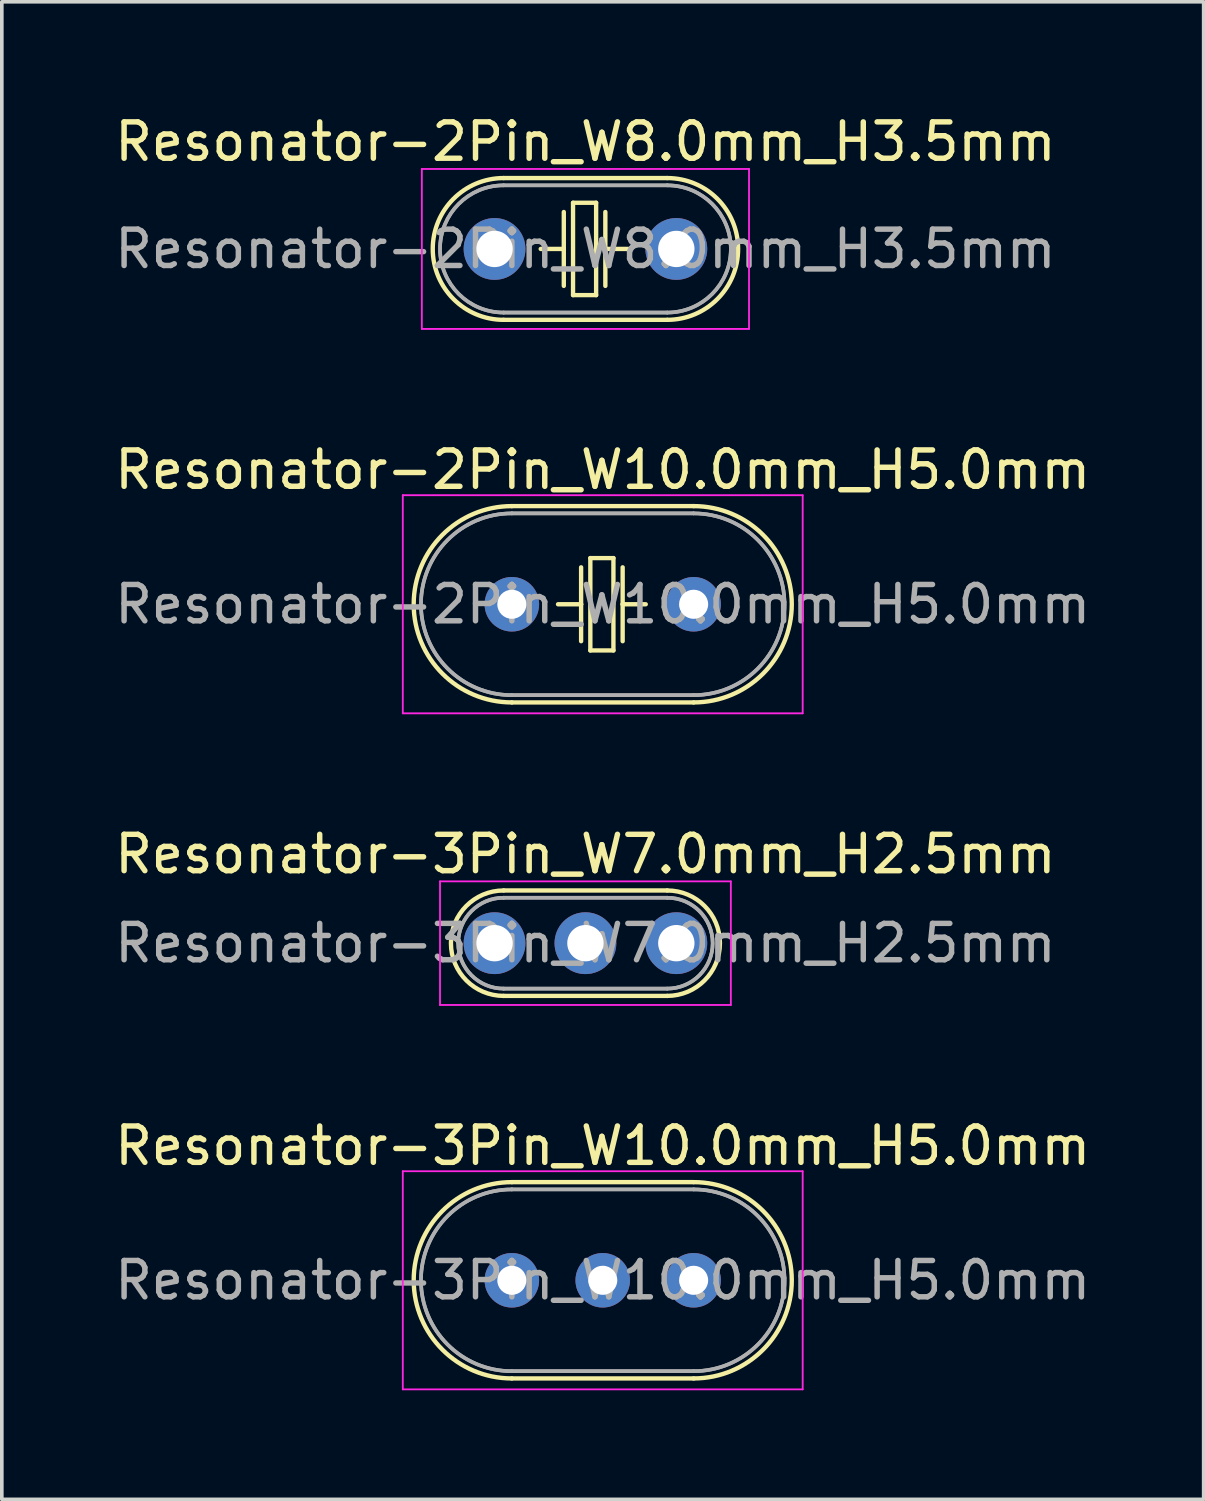
<source format=kicad_pcb>
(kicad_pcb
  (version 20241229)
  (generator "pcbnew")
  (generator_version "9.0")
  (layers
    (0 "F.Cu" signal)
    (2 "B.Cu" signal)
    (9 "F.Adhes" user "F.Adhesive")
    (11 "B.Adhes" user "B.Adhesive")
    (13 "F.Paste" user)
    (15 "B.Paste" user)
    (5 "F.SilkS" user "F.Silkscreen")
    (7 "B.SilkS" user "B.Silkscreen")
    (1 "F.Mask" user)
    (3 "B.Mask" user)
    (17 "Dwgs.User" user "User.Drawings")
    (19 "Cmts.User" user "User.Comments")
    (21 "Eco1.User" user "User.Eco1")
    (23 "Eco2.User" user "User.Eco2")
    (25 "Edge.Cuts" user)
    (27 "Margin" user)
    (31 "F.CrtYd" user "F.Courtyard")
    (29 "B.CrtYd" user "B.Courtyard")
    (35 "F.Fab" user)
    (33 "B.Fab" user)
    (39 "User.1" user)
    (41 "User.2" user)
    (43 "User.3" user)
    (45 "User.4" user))
  (footprint "Resonator-3Pin_W7.0mm_H2.5mm"
    (layer "F.Cu")
    (at 10.554 22.895)
    (property "Reference" "Resonator-3Pin_W7.0mm_H2.5mm" (at 2.5 -2.45 0) (layer "F.SilkS") (effects (font (size 1 1) (thickness 0.15))))
    (attr through_hole)
    (fp_line (start 0.25 -1.45) (end 4.75 -1.45) (stroke (width 0.12) (type solid)) (layer "F.SilkS"))
    (fp_line (start 0.25 1.45) (end 4.75 1.45) (stroke (width 0.12) (type solid)) (layer "F.SilkS"))
    (fp_arc (start 0.25 1.45) (mid -1.2 0) (end 0.25 -1.45) (stroke (width 0.12) (type solid)) (layer "F.SilkS"))
    (fp_arc (start 4.75 -1.45) (mid 6.2 0) (end 4.75 1.45) (stroke (width 0.12) (type solid)) (layer "F.SilkS"))
    (fp_line (start -1.5 -1.7) (end -1.5 1.7) (stroke (width 0.05) (type solid)) (layer "F.CrtYd"))
    (fp_line (start -1.5 1.7) (end 6.5 1.7) (stroke (width 0.05) (type solid)) (layer "F.CrtYd"))
    (fp_line (start 6.5 -1.7) (end -1.5 -1.7) (stroke (width 0.05) (type solid)) (layer "F.CrtYd"))
    (fp_line (start 6.5 1.7) (end 6.5 -1.7) (stroke (width 0.05) (type solid)) (layer "F.CrtYd"))
    (fp_line (start 0.25 -1.25) (end 4.75 -1.25) (stroke (width 0.1) (type solid)) (layer "F.Fab"))
    (fp_line (start 0.25 -1.25) (end 4.75 -1.25) (stroke (width 0.1) (type solid)) (layer "F.Fab"))
    (fp_line (start 0.25 1.25) (end 4.75 1.25) (stroke (width 0.1) (type solid)) (layer "F.Fab"))
    (fp_line (start 0.25 1.25) (end 4.75 1.25) (stroke (width 0.1) (type solid)) (layer "F.Fab"))
    (fp_arc (start 0.25 1.25) (mid -1 0) (end 0.25 -1.25) (stroke (width 0.1) (type solid)) (layer "F.Fab"))
    (fp_arc (start 0.25 1.25) (mid -1 0) (end 0.25 -1.25) (stroke (width 0.1) (type solid)) (layer "F.Fab"))
    (fp_arc (start 4.75 -1.25) (mid 6 0) (end 4.75 1.25) (stroke (width 0.1) (type solid)) (layer "F.Fab"))
    (fp_arc (start 4.75 -1.25) (mid 6 0) (end 4.75 1.25) (stroke (width 0.1) (type solid)) (layer "F.Fab"))
    (fp_text user "${REFERENCE}" (at 2.5 0 0) (layer "F.Fab") (effects (font (size 1 1) (thickness 0.15))))
    (pad "1" thru_hole circle (at 0 0) (size 1.7 1.7) (drill 1) (layers "*.Cu" "*.Mask"))
    (pad "2" thru_hole circle (at 2.5 0) (size 1.7 1.7) (drill 1) (layers "*.Cu" "*.Mask"))
    (pad "3" thru_hole circle (at 5 0) (size 1.7 1.7) (drill 1) (layers "*.Cu" "*.Mask")))
  (footprint "Resonator-2Pin_W8.0mm_H3.5mm"
    (layer "F.Cu")
    (at 10.554 3.798)
    (property "Reference" "Resonator-2Pin_W8.0mm_H3.5mm" (at 2.5 -2.95 0) (layer "F.SilkS") (effects (font (size 1 1) (thickness 0.15))))
    (attr through_hole)
    (fp_line (start 0.25 -1.95) (end 4.75 -1.95) (stroke (width 0.12) (type solid)) (layer "F.SilkS"))
    (fp_line (start 0.25 1.95) (end 4.75 1.95) (stroke (width 0.12) (type solid)) (layer "F.SilkS"))
    (fp_line (start 1.27 0) (end 1.905 0) (stroke (width 0.12) (type solid)) (layer "F.SilkS"))
    (fp_line (start 1.905 0) (end 1.905 -1.016) (stroke (width 0.12) (type solid)) (layer "F.SilkS"))
    (fp_line (start 1.905 0) (end 1.905 1.016) (stroke (width 0.12) (type solid)) (layer "F.SilkS"))
    (fp_line (start 2.159 -1.27) (end 2.159 1.27) (stroke (width 0.12) (type solid)) (layer "F.SilkS"))
    (fp_line (start 2.159 1.27) (end 2.794 1.27) (stroke (width 0.12) (type solid)) (layer "F.SilkS"))
    (fp_line (start 2.794 -1.27) (end 2.159 -1.27) (stroke (width 0.12) (type solid)) (layer "F.SilkS"))
    (fp_line (start 2.794 1.27) (end 2.794 -1.27) (stroke (width 0.12) (type solid)) (layer "F.SilkS"))
    (fp_line (start 3.048 0) (end 3.048 -1.016) (stroke (width 0.12) (type solid)) (layer "F.SilkS"))
    (fp_line (start 3.048 0) (end 3.048 1.016) (stroke (width 0.12) (type solid)) (layer "F.SilkS"))
    (fp_line (start 3.683 0) (end 3.048 0) (stroke (width 0.12) (type solid)) (layer "F.SilkS"))
    (fp_arc (start 0.25 1.95) (mid -1.7 0) (end 0.25 -1.95) (stroke (width 0.12) (type solid)) (layer "F.SilkS"))
    (fp_arc (start 4.75 -1.95) (mid 6.7 0) (end 4.75 1.95) (stroke (width 0.12) (type solid)) (layer "F.SilkS"))
    (fp_line (start -2 -2.2) (end -2 2.2) (stroke (width 0.05) (type solid)) (layer "F.CrtYd"))
    (fp_line (start -2 2.2) (end 7 2.2) (stroke (width 0.05) (type solid)) (layer "F.CrtYd"))
    (fp_line (start 7 -2.2) (end -2 -2.2) (stroke (width 0.05) (type solid)) (layer "F.CrtYd"))
    (fp_line (start 7 2.2) (end 7 -2.2) (stroke (width 0.05) (type solid)) (layer "F.CrtYd"))
    (fp_line (start 0.25 -1.75) (end 4.75 -1.75) (stroke (width 0.1) (type solid)) (layer "F.Fab"))
    (fp_line (start 0.25 -1.75) (end 4.75 -1.75) (stroke (width 0.1) (type solid)) (layer "F.Fab"))
    (fp_line (start 0.25 1.75) (end 4.75 1.75) (stroke (width 0.1) (type solid)) (layer "F.Fab"))
    (fp_line (start 0.25 1.75) (end 4.75 1.75) (stroke (width 0.1) (type solid)) (layer "F.Fab"))
    (fp_arc (start 0.25 1.75) (mid -1.5 0) (end 0.25 -1.75) (stroke (width 0.1) (type solid)) (layer "F.Fab"))
    (fp_arc (start 0.25 1.75) (mid -1.5 0) (end 0.25 -1.75) (stroke (width 0.1) (type solid)) (layer "F.Fab"))
    (fp_arc (start 4.75 -1.75) (mid 6.5 0) (end 4.75 1.75) (stroke (width 0.1) (type solid)) (layer "F.Fab"))
    (fp_arc (start 4.75 -1.75) (mid 6.5 0) (end 4.75 1.75) (stroke (width 0.1) (type solid)) (layer "F.Fab"))
    (fp_text user "${REFERENCE}" (at 2.5 0 0) (layer "F.Fab") (effects (font (size 1 1) (thickness 0.15))))
    (pad "1" thru_hole circle (at 0 0) (size 1.7 1.7) (drill 1) (layers "*.Cu" "*.Mask"))
    (pad "2" thru_hole circle (at 5 0) (size 1.7 1.7) (drill 1) (layers "*.Cu" "*.Mask")))
  (footprint "Resonator-3Pin_W10.0mm_H5.0mm"
    (layer "F.Cu")
    (at 11.03 32.168)
    (property "Reference" "Resonator-3Pin_W10.0mm_H5.0mm" (at 2.5 -3.7 0) (layer "F.SilkS") (effects (font (size 1 1) (thickness 0.15))))
    (attr through_hole)
    (fp_line (start 0 -2.7) (end 5 -2.7) (stroke (width 0.12) (type solid)) (layer "F.SilkS"))
    (fp_line (start 0 2.7) (end 5 2.7) (stroke (width 0.12) (type solid)) (layer "F.SilkS"))
    (fp_arc (start 0 2.7) (mid -2.7 0) (end 0 -2.7) (stroke (width 0.12) (type solid)) (layer "F.SilkS"))
    (fp_arc (start 5 -2.7) (mid 7.7 0) (end 5 2.7) (stroke (width 0.12) (type solid)) (layer "F.SilkS"))
    (fp_line (start -3 -3) (end -3 3) (stroke (width 0.05) (type solid)) (layer "F.CrtYd"))
    (fp_line (start -3 3) (end 8 3) (stroke (width 0.05) (type solid)) (layer "F.CrtYd"))
    (fp_line (start 8 -3) (end -3 -3) (stroke (width 0.05) (type solid)) (layer "F.CrtYd"))
    (fp_line (start 8 3) (end 8 -3) (stroke (width 0.05) (type solid)) (layer "F.CrtYd"))
    (fp_line (start 0 -2.5) (end 5 -2.5) (stroke (width 0.1) (type solid)) (layer "F.Fab"))
    (fp_line (start 0 -2.5) (end 5 -2.5) (stroke (width 0.1) (type solid)) (layer "F.Fab"))
    (fp_line (start 0 2.5) (end 5 2.5) (stroke (width 0.1) (type solid)) (layer "F.Fab"))
    (fp_line (start 0 2.5) (end 5 2.5) (stroke (width 0.1) (type solid)) (layer "F.Fab"))
    (fp_arc (start 0 2.5) (mid -2.5 0) (end 0 -2.5) (stroke (width 0.1) (type solid)) (layer "F.Fab"))
    (fp_arc (start 0 2.5) (mid -2.5 0) (end 0 -2.5) (stroke (width 0.1) (type solid)) (layer "F.Fab"))
    (fp_arc (start 5 -2.5) (mid 7.5 0) (end 5 2.5) (stroke (width 0.1) (type solid)) (layer "F.Fab"))
    (fp_arc (start 5 -2.5) (mid 7.5 0) (end 5 2.5) (stroke (width 0.1) (type solid)) (layer "F.Fab"))
    (fp_text user "${REFERENCE}" (at 2.5 0 0) (layer "F.Fab") (effects (font (size 1 1) (thickness 0.15))))
    (pad "1" thru_hole circle (at 0 0) (size 1.5 1.5) (drill 0.8) (layers "*.Cu" "*.Mask"))
    (pad "2" thru_hole circle (at 2.5 0) (size 1.5 1.5) (drill 0.8) (layers "*.Cu" "*.Mask"))
    (pad "3" thru_hole circle (at 5 0) (size 1.5 1.5) (drill 0.8) (layers "*.Cu" "*.Mask")))
  (footprint "Resonator-2Pin_W10.0mm_H5.0mm"
    (layer "F.Cu")
    (at 11.03 13.572)
    (property "Reference" "Resonator-2Pin_W10.0mm_H5.0mm" (at 2.5 -3.7 0) (layer "F.SilkS") (effects (font (size 1 1) (thickness 0.15))))
    (attr through_hole)
    (fp_line (start 0 -2.7) (end 5 -2.7) (stroke (width 0.12) (type solid)) (layer "F.SilkS"))
    (fp_line (start 0 2.7) (end 5 2.7) (stroke (width 0.12) (type solid)) (layer "F.SilkS"))
    (fp_line (start 1.27 0) (end 1.905 0) (stroke (width 0.12) (type solid)) (layer "F.SilkS"))
    (fp_line (start 1.905 0) (end 1.905 -1.016) (stroke (width 0.12) (type solid)) (layer "F.SilkS"))
    (fp_line (start 1.905 0) (end 1.905 1.016) (stroke (width 0.12) (type solid)) (layer "F.SilkS"))
    (fp_line (start 2.159 -1.27) (end 2.159 1.27) (stroke (width 0.12) (type solid)) (layer "F.SilkS"))
    (fp_line (start 2.159 1.27) (end 2.794 1.27) (stroke (width 0.12) (type solid)) (layer "F.SilkS"))
    (fp_line (start 2.794 -1.27) (end 2.159 -1.27) (stroke (width 0.12) (type solid)) (layer "F.SilkS"))
    (fp_line (start 2.794 1.27) (end 2.794 -1.27) (stroke (width 0.12) (type solid)) (layer "F.SilkS"))
    (fp_line (start 3.048 0) (end 3.048 -1.016) (stroke (width 0.12) (type solid)) (layer "F.SilkS"))
    (fp_line (start 3.048 0) (end 3.048 1.016) (stroke (width 0.12) (type solid)) (layer "F.SilkS"))
    (fp_line (start 3.683 0) (end 3.048 0) (stroke (width 0.12) (type solid)) (layer "F.SilkS"))
    (fp_arc (start 0 2.7) (mid -2.7 0) (end 0 -2.7) (stroke (width 0.12) (type solid)) (layer "F.SilkS"))
    (fp_arc (start 5 -2.7) (mid 7.7 0) (end 5 2.7) (stroke (width 0.12) (type solid)) (layer "F.SilkS"))
    (fp_line (start -3 -3) (end -3 3) (stroke (width 0.05) (type solid)) (layer "F.CrtYd"))
    (fp_line (start -3 3) (end 8 3) (stroke (width 0.05) (type solid)) (layer "F.CrtYd"))
    (fp_line (start 8 -3) (end -3 -3) (stroke (width 0.05) (type solid)) (layer "F.CrtYd"))
    (fp_line (start 8 3) (end 8 -3) (stroke (width 0.05) (type solid)) (layer "F.CrtYd"))
    (fp_line (start 0 -2.5) (end 5 -2.5) (stroke (width 0.1) (type solid)) (layer "F.Fab"))
    (fp_line (start 0 -2.5) (end 5 -2.5) (stroke (width 0.1) (type solid)) (layer "F.Fab"))
    (fp_line (start 0 2.5) (end 5 2.5) (stroke (width 0.1) (type solid)) (layer "F.Fab"))
    (fp_line (start 0 2.5) (end 5 2.5) (stroke (width 0.1) (type solid)) (layer "F.Fab"))
    (fp_arc (start 0 2.5) (mid -2.5 0) (end 0 -2.5) (stroke (width 0.1) (type solid)) (layer "F.Fab"))
    (fp_arc (start 0 2.5) (mid -2.5 0) (end 0 -2.5) (stroke (width 0.1) (type solid)) (layer "F.Fab"))
    (fp_arc (start 5 -2.5) (mid 7.5 0) (end 5 2.5) (stroke (width 0.1) (type solid)) (layer "F.Fab"))
    (fp_arc (start 5 -2.5) (mid 7.5 0) (end 5 2.5) (stroke (width 0.1) (type solid)) (layer "F.Fab"))
    (fp_text user "${REFERENCE}" (at 2.5 0 0) (layer "F.Fab") (effects (font (size 1 1) (thickness 0.15))))
    (pad "1" thru_hole circle (at 0 0) (size 1.5 1.5) (drill 0.8) (layers "*.Cu" "*.Mask"))
    (pad "2" thru_hole circle (at 5 0) (size 1.5 1.5) (drill 0.8) (layers "*.Cu" "*.Mask")))
  (gr_rect
    (start -3 -3)
    (end 30.06 38.193)
    (stroke (width 0.1) (type default))
    (fill no)
    (layer "Edge.Cuts")))
</source>
